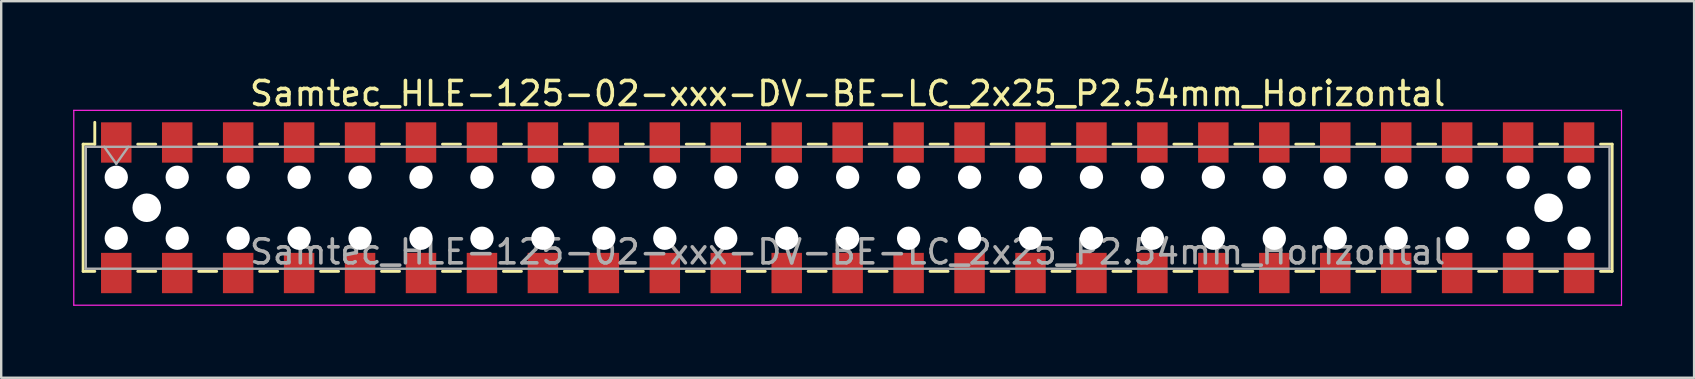
<source format=kicad_pcb>
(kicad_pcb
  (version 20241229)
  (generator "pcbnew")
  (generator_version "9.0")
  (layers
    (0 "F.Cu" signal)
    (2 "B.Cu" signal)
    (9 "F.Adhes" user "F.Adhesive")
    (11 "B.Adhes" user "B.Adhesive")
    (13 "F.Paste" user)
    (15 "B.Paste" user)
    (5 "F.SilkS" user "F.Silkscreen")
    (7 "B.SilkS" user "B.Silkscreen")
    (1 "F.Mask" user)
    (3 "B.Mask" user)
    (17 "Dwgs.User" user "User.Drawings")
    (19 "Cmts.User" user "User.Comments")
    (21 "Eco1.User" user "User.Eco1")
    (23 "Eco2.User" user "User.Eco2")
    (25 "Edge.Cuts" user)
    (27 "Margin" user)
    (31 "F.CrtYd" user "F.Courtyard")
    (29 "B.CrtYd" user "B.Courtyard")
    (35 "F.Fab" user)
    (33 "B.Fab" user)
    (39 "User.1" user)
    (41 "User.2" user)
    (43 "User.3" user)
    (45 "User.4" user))
  (footprint "Samtec_HLE-125-02-xxx-DV-BE-LC_2x25_P2.54mm_Horizontal"
    (layer "F.Cu")
    (at 32.275 5.608)
    (property "Reference" "Samtec_HLE-125-02-xxx-DV-BE-LC_2x25_P2.54mm_Horizontal" (at 0 -4.76 0) (layer "F.SilkS") (effects (font (size 1 1) (thickness 0.15))))
    (attr smd)
    (fp_line (start -31.86 -2.65) (end -31.86 2.65) (stroke (width 0.12) (type solid)) (layer "F.SilkS"))
    (fp_line (start -31.86 2.65) (end -31.375 2.65) (stroke (width 0.12) (type solid)) (layer "F.SilkS"))
    (fp_line (start -31.375 -3.56) (end -31.375 -2.65) (stroke (width 0.12) (type solid)) (layer "F.SilkS"))
    (fp_line (start -31.375 -2.65) (end -31.86 -2.65) (stroke (width 0.12) (type solid)) (layer "F.SilkS"))
    (fp_line (start -29.585 -2.65) (end -28.835 -2.65) (stroke (width 0.12) (type solid)) (layer "F.SilkS"))
    (fp_line (start -29.585 2.65) (end -28.835 2.65) (stroke (width 0.12) (type solid)) (layer "F.SilkS"))
    (fp_line (start -27.045 -2.65) (end -26.295 -2.65) (stroke (width 0.12) (type solid)) (layer "F.SilkS"))
    (fp_line (start -27.045 2.65) (end -26.295 2.65) (stroke (width 0.12) (type solid)) (layer "F.SilkS"))
    (fp_line (start -24.505 -2.65) (end -23.755 -2.65) (stroke (width 0.12) (type solid)) (layer "F.SilkS"))
    (fp_line (start -24.505 2.65) (end -23.755 2.65) (stroke (width 0.12) (type solid)) (layer "F.SilkS"))
    (fp_line (start -21.965 -2.65) (end -21.215 -2.65) (stroke (width 0.12) (type solid)) (layer "F.SilkS"))
    (fp_line (start -21.965 2.65) (end -21.215 2.65) (stroke (width 0.12) (type solid)) (layer "F.SilkS"))
    (fp_line (start -19.425 -2.65) (end -18.675 -2.65) (stroke (width 0.12) (type solid)) (layer "F.SilkS"))
    (fp_line (start -19.425 2.65) (end -18.675 2.65) (stroke (width 0.12) (type solid)) (layer "F.SilkS"))
    (fp_line (start -16.885 -2.65) (end -16.135 -2.65) (stroke (width 0.12) (type solid)) (layer "F.SilkS"))
    (fp_line (start -16.885 2.65) (end -16.135 2.65) (stroke (width 0.12) (type solid)) (layer "F.SilkS"))
    (fp_line (start -14.345 -2.65) (end -13.595 -2.65) (stroke (width 0.12) (type solid)) (layer "F.SilkS"))
    (fp_line (start -14.345 2.65) (end -13.595 2.65) (stroke (width 0.12) (type solid)) (layer "F.SilkS"))
    (fp_line (start -11.805 -2.65) (end -11.055 -2.65) (stroke (width 0.12) (type solid)) (layer "F.SilkS"))
    (fp_line (start -11.805 2.65) (end -11.055 2.65) (stroke (width 0.12) (type solid)) (layer "F.SilkS"))
    (fp_line (start -9.265 -2.65) (end -8.515 -2.65) (stroke (width 0.12) (type solid)) (layer "F.SilkS"))
    (fp_line (start -9.265 2.65) (end -8.515 2.65) (stroke (width 0.12) (type solid)) (layer "F.SilkS"))
    (fp_line (start -6.725 -2.65) (end -5.975 -2.65) (stroke (width 0.12) (type solid)) (layer "F.SilkS"))
    (fp_line (start -6.725 2.65) (end -5.975 2.65) (stroke (width 0.12) (type solid)) (layer "F.SilkS"))
    (fp_line (start -4.185 -2.65) (end -3.435 -2.65) (stroke (width 0.12) (type solid)) (layer "F.SilkS"))
    (fp_line (start -4.185 2.65) (end -3.435 2.65) (stroke (width 0.12) (type solid)) (layer "F.SilkS"))
    (fp_line (start -1.645 -2.65) (end -0.895 -2.65) (stroke (width 0.12) (type solid)) (layer "F.SilkS"))
    (fp_line (start -1.645 2.65) (end -0.895 2.65) (stroke (width 0.12) (type solid)) (layer "F.SilkS"))
    (fp_line (start 0.895 -2.65) (end 1.645 -2.65) (stroke (width 0.12) (type solid)) (layer "F.SilkS"))
    (fp_line (start 0.895 2.65) (end 1.645 2.65) (stroke (width 0.12) (type solid)) (layer "F.SilkS"))
    (fp_line (start 3.435 -2.65) (end 4.185 -2.65) (stroke (width 0.12) (type solid)) (layer "F.SilkS"))
    (fp_line (start 3.435 2.65) (end 4.185 2.65) (stroke (width 0.12) (type solid)) (layer "F.SilkS"))
    (fp_line (start 5.975 -2.65) (end 6.725 -2.65) (stroke (width 0.12) (type solid)) (layer "F.SilkS"))
    (fp_line (start 5.975 2.65) (end 6.725 2.65) (stroke (width 0.12) (type solid)) (layer "F.SilkS"))
    (fp_line (start 8.515 -2.65) (end 9.265 -2.65) (stroke (width 0.12) (type solid)) (layer "F.SilkS"))
    (fp_line (start 8.515 2.65) (end 9.265 2.65) (stroke (width 0.12) (type solid)) (layer "F.SilkS"))
    (fp_line (start 11.055 -2.65) (end 11.805 -2.65) (stroke (width 0.12) (type solid)) (layer "F.SilkS"))
    (fp_line (start 11.055 2.65) (end 11.805 2.65) (stroke (width 0.12) (type solid)) (layer "F.SilkS"))
    (fp_line (start 13.595 -2.65) (end 14.345 -2.65) (stroke (width 0.12) (type solid)) (layer "F.SilkS"))
    (fp_line (start 13.595 2.65) (end 14.345 2.65) (stroke (width 0.12) (type solid)) (layer "F.SilkS"))
    (fp_line (start 16.135 -2.65) (end 16.885 -2.65) (stroke (width 0.12) (type solid)) (layer "F.SilkS"))
    (fp_line (start 16.135 2.65) (end 16.885 2.65) (stroke (width 0.12) (type solid)) (layer "F.SilkS"))
    (fp_line (start 18.675 -2.65) (end 19.425 -2.65) (stroke (width 0.12) (type solid)) (layer "F.SilkS"))
    (fp_line (start 18.675 2.65) (end 19.425 2.65) (stroke (width 0.12) (type solid)) (layer "F.SilkS"))
    (fp_line (start 21.215 -2.65) (end 21.965 -2.65) (stroke (width 0.12) (type solid)) (layer "F.SilkS"))
    (fp_line (start 21.215 2.65) (end 21.965 2.65) (stroke (width 0.12) (type solid)) (layer "F.SilkS"))
    (fp_line (start 23.755 -2.65) (end 24.505 -2.65) (stroke (width 0.12) (type solid)) (layer "F.SilkS"))
    (fp_line (start 23.755 2.65) (end 24.505 2.65) (stroke (width 0.12) (type solid)) (layer "F.SilkS"))
    (fp_line (start 26.295 -2.65) (end 27.045 -2.65) (stroke (width 0.12) (type solid)) (layer "F.SilkS"))
    (fp_line (start 26.295 2.65) (end 27.045 2.65) (stroke (width 0.12) (type solid)) (layer "F.SilkS"))
    (fp_line (start 28.835 -2.65) (end 29.585 -2.65) (stroke (width 0.12) (type solid)) (layer "F.SilkS"))
    (fp_line (start 28.835 2.65) (end 29.585 2.65) (stroke (width 0.12) (type solid)) (layer "F.SilkS"))
    (fp_line (start 31.375 -2.65) (end 31.86 -2.65) (stroke (width 0.12) (type solid)) (layer "F.SilkS"))
    (fp_line (start 31.86 -2.65) (end 31.86 2.65) (stroke (width 0.12) (type solid)) (layer "F.SilkS"))
    (fp_line (start 31.86 2.65) (end 31.375 2.65) (stroke (width 0.12) (type solid)) (layer "F.SilkS"))
    (fp_line (start -32.25 -4.06) (end 32.25 -4.06) (stroke (width 0.05) (type solid)) (layer "F.CrtYd"))
    (fp_line (start -32.25 4.06) (end -32.25 -4.06) (stroke (width 0.05) (type solid)) (layer "F.CrtYd"))
    (fp_line (start 32.25 -4.06) (end 32.25 4.06) (stroke (width 0.05) (type solid)) (layer "F.CrtYd"))
    (fp_line (start 32.25 4.06) (end -32.25 4.06) (stroke (width 0.05) (type solid)) (layer "F.CrtYd"))
    (fp_line (start -31.75 -2.54) (end 31.75 -2.54) (stroke (width 0.1) (type solid)) (layer "F.Fab"))
    (fp_line (start -31.75 2.54) (end -31.75 -2.54) (stroke (width 0.1) (type solid)) (layer "F.Fab"))
    (fp_line (start -30.98 -2.54) (end -30.48 -1.833) (stroke (width 0.1) (type solid)) (layer "F.Fab"))
    (fp_line (start -30.48 -1.833) (end -29.98 -2.54) (stroke (width 0.1) (type solid)) (layer "F.Fab"))
    (fp_line (start 31.75 -2.54) (end 31.75 2.54) (stroke (width 0.1) (type solid)) (layer "F.Fab"))
    (fp_line (start 31.75 2.54) (end -31.75 2.54) (stroke (width 0.1) (type solid)) (layer "F.Fab"))
    (fp_text user "${REFERENCE}" (at 0 1.84 0) (layer "F.Fab") (effects (font (size 1 1) (thickness 0.15))))
    (pad "" np_thru_hole circle (at -30.48 -1.27) (size 0.97 0.97) (drill 0.97) (layers "*.Cu" "*.Mask"))
    (pad "" np_thru_hole circle (at -30.48 1.27) (size 0.97 0.97) (drill 0.97) (layers "*.Cu" "*.Mask"))
    (pad "" np_thru_hole circle (at -29.21 0) (size 1.19 1.19) (drill 1.19) (layers "*.Cu" "*.Mask"))
    (pad "" np_thru_hole circle (at -27.94 -1.27) (size 0.97 0.97) (drill 0.97) (layers "*.Cu" "*.Mask"))
    (pad "" np_thru_hole circle (at -27.94 1.27) (size 0.97 0.97) (drill 0.97) (layers "*.Cu" "*.Mask"))
    (pad "" np_thru_hole circle (at -25.4 -1.27) (size 0.97 0.97) (drill 0.97) (layers "*.Cu" "*.Mask"))
    (pad "" np_thru_hole circle (at -25.4 1.27) (size 0.97 0.97) (drill 0.97) (layers "*.Cu" "*.Mask"))
    (pad "" np_thru_hole circle (at -22.86 -1.27) (size 0.97 0.97) (drill 0.97) (layers "*.Cu" "*.Mask"))
    (pad "" np_thru_hole circle (at -22.86 1.27) (size 0.97 0.97) (drill 0.97) (layers "*.Cu" "*.Mask"))
    (pad "" np_thru_hole circle (at -20.32 -1.27) (size 0.97 0.97) (drill 0.97) (layers "*.Cu" "*.Mask"))
    (pad "" np_thru_hole circle (at -20.32 1.27) (size 0.97 0.97) (drill 0.97) (layers "*.Cu" "*.Mask"))
    (pad "" np_thru_hole circle (at -17.78 -1.27) (size 0.97 0.97) (drill 0.97) (layers "*.Cu" "*.Mask"))
    (pad "" np_thru_hole circle (at -17.78 1.27) (size 0.97 0.97) (drill 0.97) (layers "*.Cu" "*.Mask"))
    (pad "" np_thru_hole circle (at -15.24 -1.27) (size 0.97 0.97) (drill 0.97) (layers "*.Cu" "*.Mask"))
    (pad "" np_thru_hole circle (at -15.24 1.27) (size 0.97 0.97) (drill 0.97) (layers "*.Cu" "*.Mask"))
    (pad "" np_thru_hole circle (at -12.7 -1.27) (size 0.97 0.97) (drill 0.97) (layers "*.Cu" "*.Mask"))
    (pad "" np_thru_hole circle (at -12.7 1.27) (size 0.97 0.97) (drill 0.97) (layers "*.Cu" "*.Mask"))
    (pad "" np_thru_hole circle (at -10.16 -1.27) (size 0.97 0.97) (drill 0.97) (layers "*.Cu" "*.Mask"))
    (pad "" np_thru_hole circle (at -10.16 1.27) (size 0.97 0.97) (drill 0.97) (layers "*.Cu" "*.Mask"))
    (pad "" np_thru_hole circle (at -7.62 -1.27) (size 0.97 0.97) (drill 0.97) (layers "*.Cu" "*.Mask"))
    (pad "" np_thru_hole circle (at -7.62 1.27) (size 0.97 0.97) (drill 0.97) (layers "*.Cu" "*.Mask"))
    (pad "" np_thru_hole circle (at -5.08 -1.27) (size 0.97 0.97) (drill 0.97) (layers "*.Cu" "*.Mask"))
    (pad "" np_thru_hole circle (at -5.08 1.27) (size 0.97 0.97) (drill 0.97) (layers "*.Cu" "*.Mask"))
    (pad "" np_thru_hole circle (at -2.54 -1.27) (size 0.97 0.97) (drill 0.97) (layers "*.Cu" "*.Mask"))
    (pad "" np_thru_hole circle (at -2.54 1.27) (size 0.97 0.97) (drill 0.97) (layers "*.Cu" "*.Mask"))
    (pad "" np_thru_hole circle (at 0 -1.27) (size 0.97 0.97) (drill 0.97) (layers "*.Cu" "*.Mask"))
    (pad "" np_thru_hole circle (at 0 1.27) (size 0.97 0.97) (drill 0.97) (layers "*.Cu" "*.Mask"))
    (pad "" np_thru_hole circle (at 2.54 -1.27) (size 0.97 0.97) (drill 0.97) (layers "*.Cu" "*.Mask"))
    (pad "" np_thru_hole circle (at 2.54 1.27) (size 0.97 0.97) (drill 0.97) (layers "*.Cu" "*.Mask"))
    (pad "" np_thru_hole circle (at 5.08 -1.27) (size 0.97 0.97) (drill 0.97) (layers "*.Cu" "*.Mask"))
    (pad "" np_thru_hole circle (at 5.08 1.27) (size 0.97 0.97) (drill 0.97) (layers "*.Cu" "*.Mask"))
    (pad "" np_thru_hole circle (at 7.62 -1.27) (size 0.97 0.97) (drill 0.97) (layers "*.Cu" "*.Mask"))
    (pad "" np_thru_hole circle (at 7.62 1.27) (size 0.97 0.97) (drill 0.97) (layers "*.Cu" "*.Mask"))
    (pad "" np_thru_hole circle (at 10.16 -1.27) (size 0.97 0.97) (drill 0.97) (layers "*.Cu" "*.Mask"))
    (pad "" np_thru_hole circle (at 10.16 1.27) (size 0.97 0.97) (drill 0.97) (layers "*.Cu" "*.Mask"))
    (pad "" np_thru_hole circle (at 12.7 -1.27) (size 0.97 0.97) (drill 0.97) (layers "*.Cu" "*.Mask"))
    (pad "" np_thru_hole circle (at 12.7 1.27) (size 0.97 0.97) (drill 0.97) (layers "*.Cu" "*.Mask"))
    (pad "" np_thru_hole circle (at 15.24 -1.27) (size 0.97 0.97) (drill 0.97) (layers "*.Cu" "*.Mask"))
    (pad "" np_thru_hole circle (at 15.24 1.27) (size 0.97 0.97) (drill 0.97) (layers "*.Cu" "*.Mask"))
    (pad "" np_thru_hole circle (at 17.78 -1.27) (size 0.97 0.97) (drill 0.97) (layers "*.Cu" "*.Mask"))
    (pad "" np_thru_hole circle (at 17.78 1.27) (size 0.97 0.97) (drill 0.97) (layers "*.Cu" "*.Mask"))
    (pad "" np_thru_hole circle (at 20.32 -1.27) (size 0.97 0.97) (drill 0.97) (layers "*.Cu" "*.Mask"))
    (pad "" np_thru_hole circle (at 20.32 1.27) (size 0.97 0.97) (drill 0.97) (layers "*.Cu" "*.Mask"))
    (pad "" np_thru_hole circle (at 22.86 -1.27) (size 0.97 0.97) (drill 0.97) (layers "*.Cu" "*.Mask"))
    (pad "" np_thru_hole circle (at 22.86 1.27) (size 0.97 0.97) (drill 0.97) (layers "*.Cu" "*.Mask"))
    (pad "" np_thru_hole circle (at 25.4 -1.27) (size 0.97 0.97) (drill 0.97) (layers "*.Cu" "*.Mask"))
    (pad "" np_thru_hole circle (at 25.4 1.27) (size 0.97 0.97) (drill 0.97) (layers "*.Cu" "*.Mask"))
    (pad "" np_thru_hole circle (at 27.94 -1.27) (size 0.97 0.97) (drill 0.97) (layers "*.Cu" "*.Mask"))
    (pad "" np_thru_hole circle (at 27.94 1.27) (size 0.97 0.97) (drill 0.97) (layers "*.Cu" "*.Mask"))
    (pad "" np_thru_hole circle (at 29.21 0) (size 1.19 1.19) (drill 1.19) (layers "*.Cu" "*.Mask"))
    (pad "" np_thru_hole circle (at 30.48 -1.27) (size 0.97 0.97) (drill 0.97) (layers "*.Cu" "*.Mask"))
    (pad "" np_thru_hole circle (at 30.48 1.27) (size 0.97 0.97) (drill 0.97) (layers "*.Cu" "*.Mask"))
    (pad "1" smd rect (at -30.48 -2.72) (size 1.27 1.68) (layers "F.Cu" "F.Mask" "F.Paste"))
    (pad "2" smd rect (at -30.48 2.72) (size 1.27 1.68) (layers "F.Cu" "F.Mask" "F.Paste"))
    (pad "3" smd rect (at -27.94 -2.72) (size 1.27 1.68) (layers "F.Cu" "F.Mask" "F.Paste"))
    (pad "4" smd rect (at -27.94 2.72) (size 1.27 1.68) (layers "F.Cu" "F.Mask" "F.Paste"))
    (pad "5" smd rect (at -25.4 -2.72) (size 1.27 1.68) (layers "F.Cu" "F.Mask" "F.Paste"))
    (pad "6" smd rect (at -25.4 2.72) (size 1.27 1.68) (layers "F.Cu" "F.Mask" "F.Paste"))
    (pad "7" smd rect (at -22.86 -2.72) (size 1.27 1.68) (layers "F.Cu" "F.Mask" "F.Paste"))
    (pad "8" smd rect (at -22.86 2.72) (size 1.27 1.68) (layers "F.Cu" "F.Mask" "F.Paste"))
    (pad "9" smd rect (at -20.32 -2.72) (size 1.27 1.68) (layers "F.Cu" "F.Mask" "F.Paste"))
    (pad "10" smd rect (at -20.32 2.72) (size 1.27 1.68) (layers "F.Cu" "F.Mask" "F.Paste"))
    (pad "11" smd rect (at -17.78 -2.72) (size 1.27 1.68) (layers "F.Cu" "F.Mask" "F.Paste"))
    (pad "12" smd rect (at -17.78 2.72) (size 1.27 1.68) (layers "F.Cu" "F.Mask" "F.Paste"))
    (pad "13" smd rect (at -15.24 -2.72) (size 1.27 1.68) (layers "F.Cu" "F.Mask" "F.Paste"))
    (pad "14" smd rect (at -15.24 2.72) (size 1.27 1.68) (layers "F.Cu" "F.Mask" "F.Paste"))
    (pad "15" smd rect (at -12.7 -2.72) (size 1.27 1.68) (layers "F.Cu" "F.Mask" "F.Paste"))
    (pad "16" smd rect (at -12.7 2.72) (size 1.27 1.68) (layers "F.Cu" "F.Mask" "F.Paste"))
    (pad "17" smd rect (at -10.16 -2.72) (size 1.27 1.68) (layers "F.Cu" "F.Mask" "F.Paste"))
    (pad "18" smd rect (at -10.16 2.72) (size 1.27 1.68) (layers "F.Cu" "F.Mask" "F.Paste"))
    (pad "19" smd rect (at -7.62 -2.72) (size 1.27 1.68) (layers "F.Cu" "F.Mask" "F.Paste"))
    (pad "20" smd rect (at -7.62 2.72) (size 1.27 1.68) (layers "F.Cu" "F.Mask" "F.Paste"))
    (pad "21" smd rect (at -5.08 -2.72) (size 1.27 1.68) (layers "F.Cu" "F.Mask" "F.Paste"))
    (pad "22" smd rect (at -5.08 2.72) (size 1.27 1.68) (layers "F.Cu" "F.Mask" "F.Paste"))
    (pad "23" smd rect (at -2.54 -2.72) (size 1.27 1.68) (layers "F.Cu" "F.Mask" "F.Paste"))
    (pad "24" smd rect (at -2.54 2.72) (size 1.27 1.68) (layers "F.Cu" "F.Mask" "F.Paste"))
    (pad "25" smd rect (at 0 -2.72) (size 1.27 1.68) (layers "F.Cu" "F.Mask" "F.Paste"))
    (pad "26" smd rect (at 0 2.72) (size 1.27 1.68) (layers "F.Cu" "F.Mask" "F.Paste"))
    (pad "27" smd rect (at 2.54 -2.72) (size 1.27 1.68) (layers "F.Cu" "F.Mask" "F.Paste"))
    (pad "28" smd rect (at 2.54 2.72) (size 1.27 1.68) (layers "F.Cu" "F.Mask" "F.Paste"))
    (pad "29" smd rect (at 5.08 -2.72) (size 1.27 1.68) (layers "F.Cu" "F.Mask" "F.Paste"))
    (pad "30" smd rect (at 5.08 2.72) (size 1.27 1.68) (layers "F.Cu" "F.Mask" "F.Paste"))
    (pad "31" smd rect (at 7.62 -2.72) (size 1.27 1.68) (layers "F.Cu" "F.Mask" "F.Paste"))
    (pad "32" smd rect (at 7.62 2.72) (size 1.27 1.68) (layers "F.Cu" "F.Mask" "F.Paste"))
    (pad "33" smd rect (at 10.16 -2.72) (size 1.27 1.68) (layers "F.Cu" "F.Mask" "F.Paste"))
    (pad "34" smd rect (at 10.16 2.72) (size 1.27 1.68) (layers "F.Cu" "F.Mask" "F.Paste"))
    (pad "35" smd rect (at 12.7 -2.72) (size 1.27 1.68) (layers "F.Cu" "F.Mask" "F.Paste"))
    (pad "36" smd rect (at 12.7 2.72) (size 1.27 1.68) (layers "F.Cu" "F.Mask" "F.Paste"))
    (pad "37" smd rect (at 15.24 -2.72) (size 1.27 1.68) (layers "F.Cu" "F.Mask" "F.Paste"))
    (pad "38" smd rect (at 15.24 2.72) (size 1.27 1.68) (layers "F.Cu" "F.Mask" "F.Paste"))
    (pad "39" smd rect (at 17.78 -2.72) (size 1.27 1.68) (layers "F.Cu" "F.Mask" "F.Paste"))
    (pad "40" smd rect (at 17.78 2.72) (size 1.27 1.68) (layers "F.Cu" "F.Mask" "F.Paste"))
    (pad "41" smd rect (at 20.32 -2.72) (size 1.27 1.68) (layers "F.Cu" "F.Mask" "F.Paste"))
    (pad "42" smd rect (at 20.32 2.72) (size 1.27 1.68) (layers "F.Cu" "F.Mask" "F.Paste"))
    (pad "43" smd rect (at 22.86 -2.72) (size 1.27 1.68) (layers "F.Cu" "F.Mask" "F.Paste"))
    (pad "44" smd rect (at 22.86 2.72) (size 1.27 1.68) (layers "F.Cu" "F.Mask" "F.Paste"))
    (pad "45" smd rect (at 25.4 -2.72) (size 1.27 1.68) (layers "F.Cu" "F.Mask" "F.Paste"))
    (pad "46" smd rect (at 25.4 2.72) (size 1.27 1.68) (layers "F.Cu" "F.Mask" "F.Paste"))
    (pad "47" smd rect (at 27.94 -2.72) (size 1.27 1.68) (layers "F.Cu" "F.Mask" "F.Paste"))
    (pad "48" smd rect (at 27.94 2.72) (size 1.27 1.68) (layers "F.Cu" "F.Mask" "F.Paste"))
    (pad "49" smd rect (at 30.48 -2.72) (size 1.27 1.68) (layers "F.Cu" "F.Mask" "F.Paste"))
    (pad "50" smd rect (at 30.48 2.72) (size 1.27 1.68) (layers "F.Cu" "F.Mask" "F.Paste")))
  (gr_rect
    (start -3 -3)
    (end 67.55 12.693)
    (stroke (width 0.1) (type default))
    (fill no)
    (layer "Edge.Cuts")))
</source>
